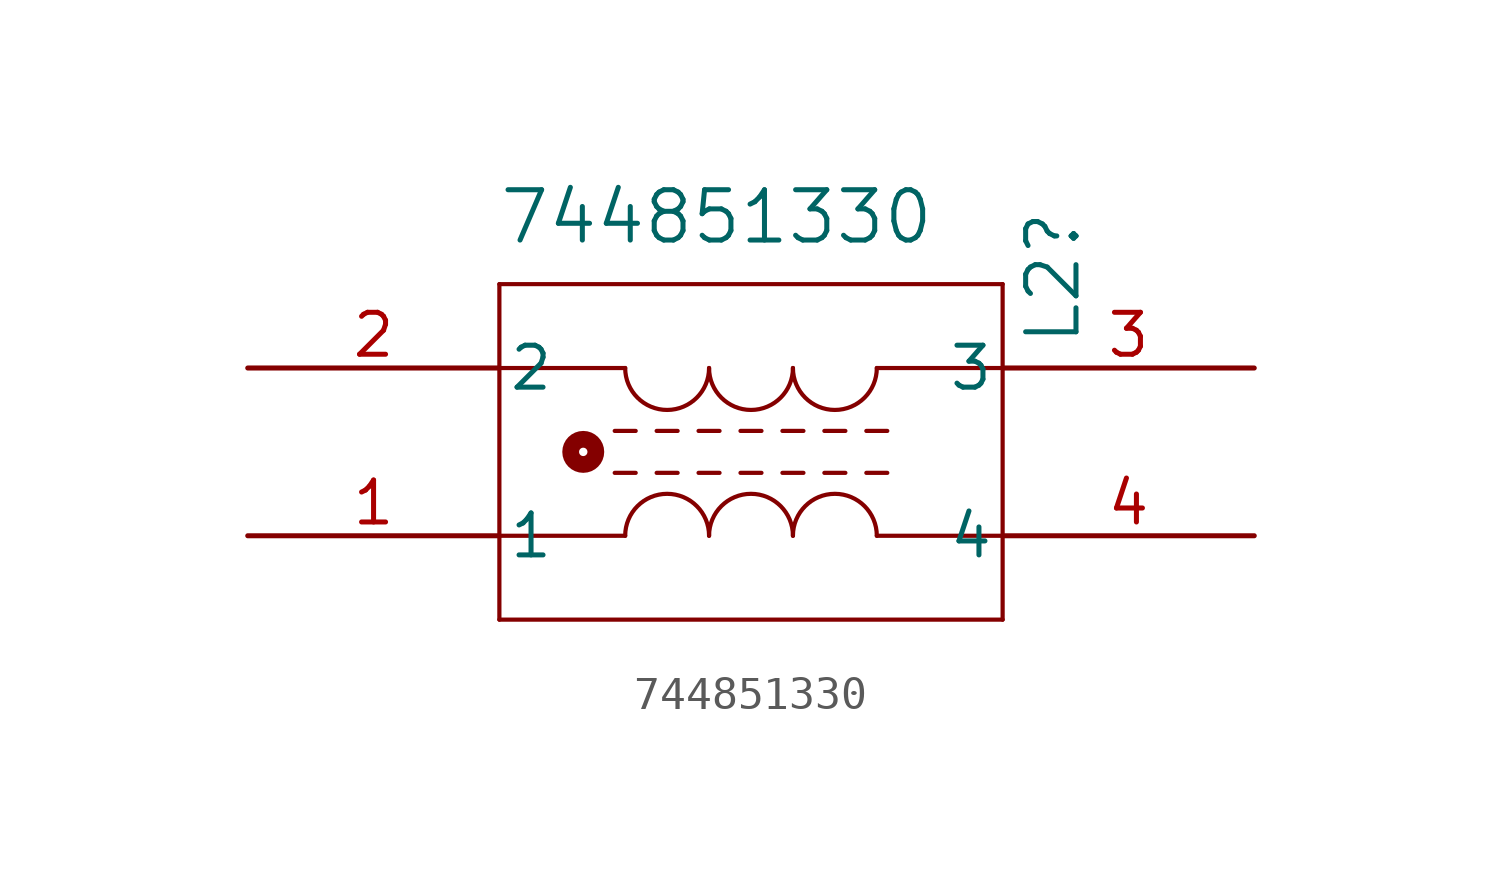
<source format=kicad_sym>
(kicad_symbol_lib
  (version 20231120)
  (generator "kicad_symbol_editor")
  (generator_version "8.99")
  (symbol "744851330"
    (pin_names
      (offset 0.254))
    (property "Reference" "L2"
      (at 24.384 4.826 90)
      (effects (font (size 1.524 1.524)) (justify right)))
    (property "Value" "744851330"
      (at 20.828 4.572 0)
      (effects (font (size 1.524 1.524)) (justify right)))
    (property "ki_locked" ""
      (at 0 0 0)
      (effects (font (size 1.27 1.27))))
    (symbol "744851330_0_1"
      (polyline (pts (xy 7.62 -7.62) (xy 22.86 -7.62)) (stroke (width 0.127) (type default)) (fill (type none)))
      (polyline (pts (xy 7.62 -5.08) (xy 11.43 -5.08)) (stroke (width 0.127) (type default)) (fill (type none)))
      (polyline (pts (xy 7.62 0) (xy 11.43 0)) (stroke (width 0.127) (type default)) (fill (type none)))
      (polyline (pts (xy 7.62 2.54) (xy 7.62 -7.62)) (stroke (width 0.127) (type default)) (fill (type none)))
      (polyline (pts (xy 11.113 -3.175) (xy 11.748 -3.175)) (stroke (width 0.127) (type default)) (fill (type none)))
      (polyline (pts (xy 11.113 -1.905) (xy 11.748 -1.905)) (stroke (width 0.127) (type default)) (fill (type none)))
      (polyline (pts (xy 12.383 -3.175) (xy 13.018 -3.175)) (stroke (width 0.127) (type default)) (fill (type none)))
      (polyline (pts (xy 12.383 -1.905) (xy 13.018 -1.905)) (stroke (width 0.127) (type default)) (fill (type none)))
      (polyline (pts (xy 13.652 -3.175) (xy 14.287 -3.175)) (stroke (width 0.127) (type default)) (fill (type none)))
      (polyline (pts (xy 13.652 -1.905) (xy 14.287 -1.905)) (stroke (width 0.127) (type default)) (fill (type none)))
      (polyline (pts (xy 14.922 -3.175) (xy 15.557 -3.175)) (stroke (width 0.127) (type default)) (fill (type none)))
      (polyline (pts (xy 14.922 -1.905) (xy 15.557 -1.905)) (stroke (width 0.127) (type default)) (fill (type none)))
      (polyline (pts (xy 16.192 -3.175) (xy 16.828 -3.175)) (stroke (width 0.127) (type default)) (fill (type none)))
      (polyline (pts (xy 16.192 -1.905) (xy 16.828 -1.905)) (stroke (width 0.127) (type default)) (fill (type none)))
      (polyline (pts (xy 17.462 -3.175) (xy 18.098 -3.175)) (stroke (width 0.127) (type default)) (fill (type none)))
      (polyline (pts (xy 17.462 -1.905) (xy 18.098 -1.905)) (stroke (width 0.127) (type default)) (fill (type none)))
      (polyline (pts (xy 18.733 -3.175) (xy 19.367 -3.175)) (stroke (width 0.127) (type default)) (fill (type none)))
      (polyline (pts (xy 18.733 -1.905) (xy 19.367 -1.905)) (stroke (width 0.127) (type default)) (fill (type none)))
      (polyline (pts (xy 19.05 -5.08) (xy 22.86 -5.08)) (stroke (width 0.127) (type default)) (fill (type none)))
      (polyline (pts (xy 19.05 0) (xy 22.86 0)) (stroke (width 0.127) (type default)) (fill (type none)))
      (polyline (pts (xy 22.86 -7.62) (xy 22.86 2.54)) (stroke (width 0.127) (type default)) (fill (type none)))
      (polyline (pts (xy 22.86 2.54) (xy 7.62 2.54)) (stroke (width 0.127) (type default)) (fill (type none)))
      (circle (center 10.16 -2.54) (radius 0.127) (stroke (width 0.508) (type default)) (fill (type none)))
      (arc (start 11.43 0) (mid 12.7 -1.2645) (end 13.97 0) (stroke (width 0.127) (type default)) (fill (type none)))
      (arc (start 13.97 -5.08) (mid 12.7 -3.8155) (end 11.43 -5.08) (stroke (width 0.127) (type default)) (fill (type none)))
      (arc (start 13.97 0) (mid 15.24 -1.2645) (end 16.51 0) (stroke (width 0.127) (type default)) (fill (type none)))
      (arc (start 16.51 -5.08) (mid 15.24 -3.8155) (end 13.97 -5.08) (stroke (width 0.127) (type default)) (fill (type none)))
      (arc (start 16.51 0) (mid 17.78 -1.2645) (end 19.05 0) (stroke (width 0.127) (type default)) (fill (type none)))
      (arc (start 19.05 -5.08) (mid 17.78 -3.8155) (end 16.51 -5.08) (stroke (width 0.127) (type default)) (fill (type none))))
    (symbol "744851330_1_1"
      (pin passive line (at 0 -5.08 0) (length 7.62) (name "1" (effects (font (size 1.27 1.27)))) (number "1" (effects (font (size 1.27 1.27)))))
      (pin passive line (at 0 0 0) (length 7.62) (name "2" (effects (font (size 1.27 1.27)))) (number "2" (effects (font (size 1.27 1.27)))))
      (pin passive line (at 30.48 0 180) (length 7.62) (name "3" (effects (font (size 1.27 1.27)))) (number "3" (effects (font (size 1.27 1.27)))))
      (pin passive line (at 30.48 -5.08 180) (length 7.62) (name "4" (effects (font (size 1.27 1.27)))) (number "4" (effects (font (size 1.27 1.27))))))))
</source>
